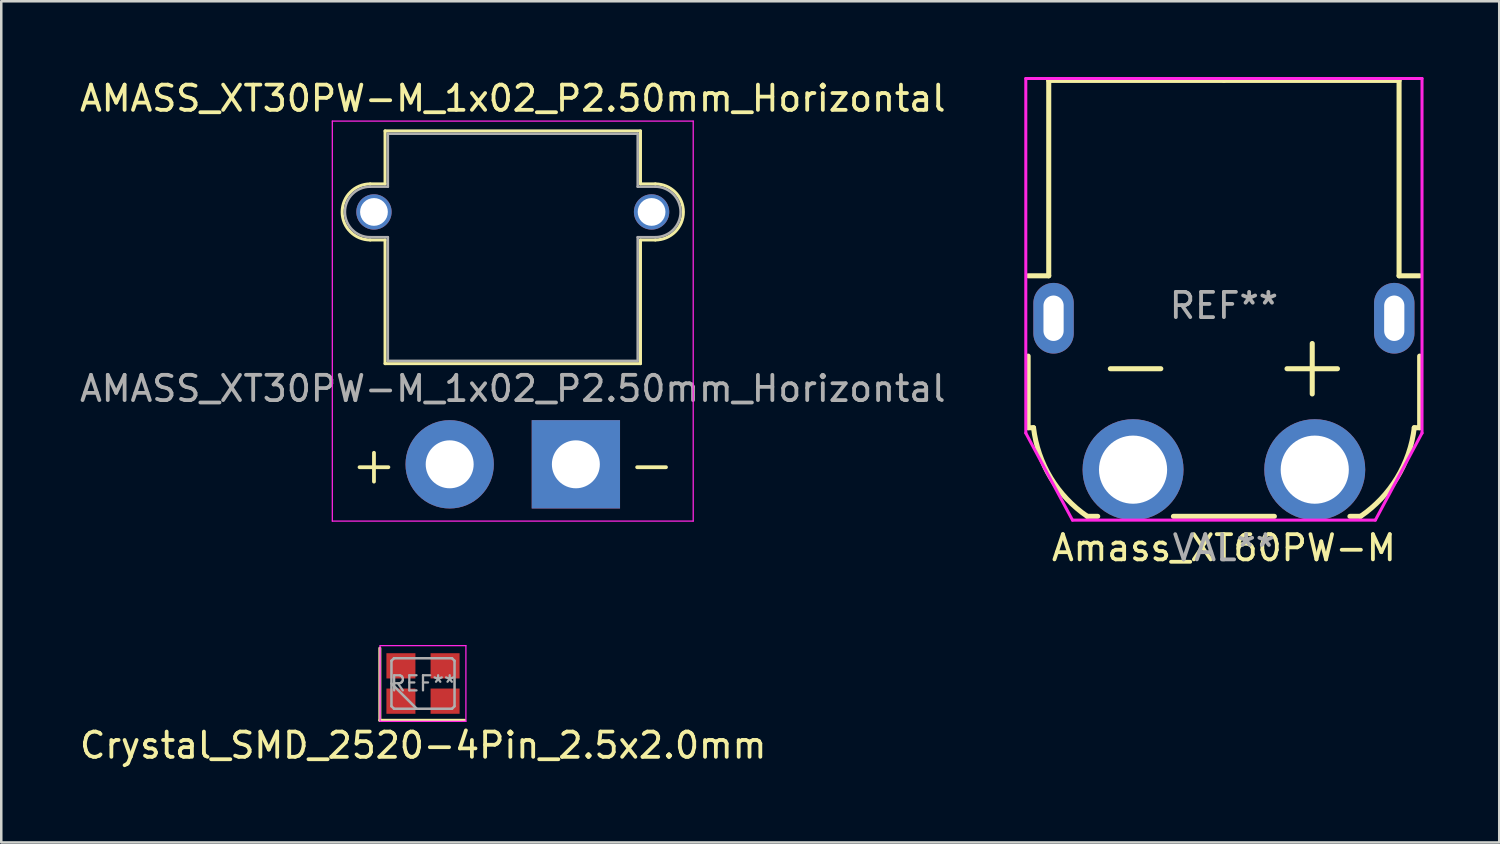
<source format=kicad_pcb>
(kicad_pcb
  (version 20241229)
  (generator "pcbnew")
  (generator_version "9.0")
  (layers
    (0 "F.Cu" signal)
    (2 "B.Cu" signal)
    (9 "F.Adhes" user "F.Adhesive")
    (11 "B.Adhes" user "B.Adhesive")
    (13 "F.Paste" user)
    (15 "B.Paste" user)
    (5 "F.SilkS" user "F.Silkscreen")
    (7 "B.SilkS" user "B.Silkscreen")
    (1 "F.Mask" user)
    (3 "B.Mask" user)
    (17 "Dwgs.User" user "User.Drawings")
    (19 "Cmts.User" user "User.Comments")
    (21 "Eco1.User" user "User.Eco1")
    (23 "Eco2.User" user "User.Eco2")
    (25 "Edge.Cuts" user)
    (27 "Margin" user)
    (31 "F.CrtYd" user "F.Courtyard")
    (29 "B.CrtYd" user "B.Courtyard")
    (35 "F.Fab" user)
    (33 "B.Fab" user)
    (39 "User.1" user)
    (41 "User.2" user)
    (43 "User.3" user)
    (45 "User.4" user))
  (footprint "Crystal_SMD_2520-4Pin_2.5x2.0mm"
    (layer "F.Cu")
    (at 13.711 24.033)
    (property "Reference" "Crystal_SMD_2520-4Pin_2.5x2.0mm" (at 0.009 2.45 0) (layer "F.SilkS") (effects (font (size 1 1) (thickness 0.15))))
    (attr smd)
    (fp_line (start -1.71 -1.4) (end -1.71 1.46) (stroke (width 0.12) (type solid)) (layer "F.SilkS"))
    (fp_line (start -1.71 1.46) (end 1.65 1.46) (stroke (width 0.12) (type solid)) (layer "F.SilkS"))
    (fp_line (start -1.7 -1.5) (end -1.7 1.5) (stroke (width 0.05) (type solid)) (layer "F.CrtYd"))
    (fp_line (start -1.7 1.5) (end 1.7 1.5) (stroke (width 0.05) (type solid)) (layer "F.CrtYd"))
    (fp_line (start 1.7 -1.5) (end -1.7 -1.5) (stroke (width 0.05) (type solid)) (layer "F.CrtYd"))
    (fp_line (start 1.7 1.5) (end 1.7 -1.5) (stroke (width 0.05) (type solid)) (layer "F.CrtYd"))
    (fp_line (start -1.25 -0.9) (end -1.15 -1) (stroke (width 0.1) (type solid)) (layer "F.Fab"))
    (fp_line (start -1.25 0) (end -0.25 1) (stroke (width 0.1) (type solid)) (layer "F.Fab"))
    (fp_line (start -1.25 0.9) (end -1.25 -0.9) (stroke (width 0.1) (type solid)) (layer "F.Fab"))
    (fp_line (start -1.15 -1) (end 1.15 -1) (stroke (width 0.1) (type solid)) (layer "F.Fab"))
    (fp_line (start -1.15 1) (end -1.25 0.9) (stroke (width 0.1) (type solid)) (layer "F.Fab"))
    (fp_line (start 1.15 -1) (end 1.25 -0.9) (stroke (width 0.1) (type solid)) (layer "F.Fab"))
    (fp_line (start 1.15 1) (end -1.15 1) (stroke (width 0.1) (type solid)) (layer "F.Fab"))
    (fp_line (start 1.25 -0.9) (end 1.25 0.9) (stroke (width 0.1) (type solid)) (layer "F.Fab"))
    (fp_line (start 1.25 0.9) (end 1.15 1) (stroke (width 0.1) (type solid)) (layer "F.Fab"))
    (fp_text user "REF**" (at 0 0 180) (layer "F.Fab") (effects (font (size 0.6 0.6) (thickness 0.09))))
    (pad "1" smd rect (at -0.875 0.7) (size 1.15 1) (layers "F.Cu" "F.Mask" "F.Paste"))
    (pad "2" smd rect (at 0.875 0.7) (size 1.15 1) (layers "F.Cu" "F.Mask" "F.Paste"))
    (pad "3" smd rect (at 0.875 -0.7) (size 1.15 1) (layers "F.Cu" "F.Mask" "F.Paste"))
    (pad "4" smd rect (at -0.875 -0.7) (size 1.15 1) (layers "F.Cu" "F.Mask" "F.Paste")))
  (footprint "Amass_XT60PW-M"
    (layer "F.Cu")
    (at 45.446 15.56)
    (property "Reference" "Amass_XT60PW-M" (at 0 3.1 0) (layer "F.SilkS") (effects (font (size 1 1) (thickness 0.15))))
    (fp_line (start -7.757 -4.5) (end -7.757 -1.662) (stroke (width 0.2) (type solid)) (layer "F.SilkS"))
    (fp_line (start -7.757 -1.662) (end -7.543 -1.662) (stroke (width 0.2) (type solid)) (layer "F.SilkS"))
    (fp_line (start -6.941 -15.424) (end -6.941 -7.682) (stroke (width 0.2) (type solid)) (layer "F.SilkS"))
    (fp_line (start -6.941 -15.424) (end 0 -15.424) (stroke (width 0.2) (type solid)) (layer "F.SilkS"))
    (fp_line (start -6.941 -7.682) (end -7.757 -7.682) (stroke (width 0.2) (type solid)) (layer "F.SilkS"))
    (fp_line (start -5.413 1.85) (end -5 1.85) (stroke (width 0.2) (type solid)) (layer "F.SilkS"))
    (fp_line (start -4.5 -4) (end -2.5 -4) (stroke (width 0.2) (type solid)) (layer "F.SilkS"))
    (fp_line (start 2 1.85) (end -2 1.85) (stroke (width 0.2) (type solid)) (layer "F.SilkS"))
    (fp_line (start 2.5 -4) (end 4.5 -4) (stroke (width 0.2) (type solid)) (layer "F.SilkS"))
    (fp_line (start 3.5 -5) (end 3.5 -3) (stroke (width 0.2) (type solid)) (layer "F.SilkS"))
    (fp_line (start 4.993 1.85) (end 5.407 1.85) (stroke (width 0.2) (type solid)) (layer "F.SilkS"))
    (fp_line (start 6.941 -15.424) (end 0 -15.424) (stroke (width 0.2) (type solid)) (layer "F.SilkS"))
    (fp_line (start 6.941 -15.424) (end 6.941 -7.682) (stroke (width 0.2) (type solid)) (layer "F.SilkS"))
    (fp_line (start 6.941 -7.682) (end 7.757 -7.682) (stroke (width 0.2) (type solid)) (layer "F.SilkS"))
    (fp_line (start 7.757 -4.5) (end 7.757 -1.662) (stroke (width 0.2) (type solid)) (layer "F.SilkS"))
    (fp_line (start 7.757 -1.662) (end 7.543 -1.662) (stroke (width 0.2) (type solid)) (layer "F.SilkS"))
    (fp_arc (start -5.413054 1.85) (mid -6.858863 0.324953) (end -7.543269 -1.661935) (stroke (width 0.2) (type solid)) (layer "F.SilkS"))
    (fp_arc (start 7.543269 -1.661935) (mid 6.858863 0.324952) (end 5.413054 1.85) (stroke (width 0.2) (type solid)) (layer "F.SilkS"))
    (fp_line (start -7.85 -15.5) (end 7.85 -15.5) (stroke (width 0.12) (type solid)) (layer "F.CrtYd"))
    (fp_line (start -7.85 -1.45) (end -7.85 -15.5) (stroke (width 0.12) (type solid)) (layer "F.CrtYd"))
    (fp_line (start -6 2) (end -7.85 -1.45) (stroke (width 0.12) (type solid)) (layer "F.CrtYd"))
    (fp_line (start 6 2) (end -6 2) (stroke (width 0.12) (type solid)) (layer "F.CrtYd"))
    (fp_line (start 7.85 -15.5) (end 7.85 -1.45) (stroke (width 0.12) (type solid)) (layer "F.CrtYd"))
    (fp_line (start 7.85 -1.45) (end 6 2) (stroke (width 0.12) (type solid)) (layer "F.CrtYd"))
    (fp_text user "VAL**" (at 0 3.1 0) (unlocked yes) (layer "F.Fab") (effects (font (size 1 1) (thickness 0.15))))
    (fp_text user "REF**" (at 0 -6.5 0) (unlocked yes) (layer "F.Fab") (effects (font (size 1 1) (thickness 0.15))))
    (pad "" thru_hole oval (at -6.75 -6) (size 1.6 2.8) (drill oval 0.8 1.8) (layers "*.Cu" "*.Mask"))
    (pad "" thru_hole oval (at 6.75 -6) (size 1.6 2.8) (drill oval 0.8 1.8) (layers "*.Cu" "*.Mask"))
    (pad "1" thru_hole circle (at -3.6 0) (size 4 4) (drill 2.7) (layers "*.Cu" "*.Mask"))
    (pad "2" thru_hole circle (at 3.6 0) (size 4 4) (drill 2.7) (layers "*.Cu" "*.Mask")))
  (footprint "AMASS_XT30PW-M_1x02_P2.50mm_Horizontal"
    (layer "F.Cu")
    (at 19.768 15.348)
    (property "Reference" "AMASS_XT30PW-M_1x02_P2.50mm_Horizontal" (at -2.5 -14.5 0) (layer "F.SilkS") (effects (font (size 1 1) (thickness 0.15))))
    (attr through_hole)
    (fp_line (start -8.15 -11.11) (end -7.56 -11.11) (stroke (width 0.12) (type solid)) (layer "F.SilkS"))
    (fp_line (start -8.15 -8.89) (end -7.56 -8.89) (stroke (width 0.12) (type solid)) (layer "F.SilkS"))
    (fp_line (start -7.56 -13.21) (end -7.56 -11.11) (stroke (width 0.12) (type solid)) (layer "F.SilkS"))
    (fp_line (start -7.56 -13.21) (end 2.56 -13.21) (stroke (width 0.12) (type solid)) (layer "F.SilkS"))
    (fp_line (start -7.56 -8.89) (end -7.56 -3.99) (stroke (width 0.12) (type solid)) (layer "F.SilkS"))
    (fp_line (start -7.56 -3.99) (end 2.56 -3.99) (stroke (width 0.12) (type solid)) (layer "F.SilkS"))
    (fp_line (start 2.56 -13.21) (end 2.56 -11.11) (stroke (width 0.12) (type solid)) (layer "F.SilkS"))
    (fp_line (start 2.56 -11.11) (end 3.15 -11.11) (stroke (width 0.12) (type solid)) (layer "F.SilkS"))
    (fp_line (start 2.56 -8.89) (end 2.56 -3.99) (stroke (width 0.12) (type solid)) (layer "F.SilkS"))
    (fp_line (start 2.56 -8.89) (end 3.15 -8.89) (stroke (width 0.12) (type solid)) (layer "F.SilkS"))
    (fp_arc (start -8.15 -8.89) (mid -9.26 -10) (end -8.15 -11.11) (stroke (width 0.12) (type solid)) (layer "F.SilkS"))
    (fp_arc (start 3.15 -11.11) (mid 4.26 -10) (end 3.15 -8.89) (stroke (width 0.12) (type solid)) (layer "F.SilkS"))
    (fp_line (start -9.65 -13.6) (end -9.65 2.25) (stroke (width 0.05) (type solid)) (layer "F.CrtYd"))
    (fp_line (start -9.65 -13.6) (end 4.65 -13.6) (stroke (width 0.05) (type solid)) (layer "F.CrtYd"))
    (fp_line (start -9.65 2.25) (end 4.65 2.25) (stroke (width 0.05) (type solid)) (layer "F.CrtYd"))
    (fp_line (start 4.65 -13.6) (end 4.65 2.25) (stroke (width 0.05) (type solid)) (layer "F.CrtYd"))
    (fp_line (start -8.15 -11) (end -7.45 -11) (stroke (width 0.1) (type solid)) (layer "F.Fab"))
    (fp_line (start -8.15 -9) (end -7.45 -9) (stroke (width 0.1) (type solid)) (layer "F.Fab"))
    (fp_line (start -7.45 -13.1) (end -7.45 -11) (stroke (width 0.1) (type solid)) (layer "F.Fab"))
    (fp_line (start -7.45 -13.1) (end 2.45 -13.1) (stroke (width 0.1) (type solid)) (layer "F.Fab"))
    (fp_line (start -7.45 -9) (end -7.45 -4.1) (stroke (width 0.1) (type solid)) (layer "F.Fab"))
    (fp_line (start -7.45 -4.1) (end 2.45 -4.1) (stroke (width 0.1) (type solid)) (layer "F.Fab"))
    (fp_line (start 2.45 -13.1) (end 2.45 -11) (stroke (width 0.1) (type solid)) (layer "F.Fab"))
    (fp_line (start 2.45 -11) (end 3.15 -11) (stroke (width 0.1) (type solid)) (layer "F.Fab"))
    (fp_line (start 2.45 -9) (end 2.45 -4.1) (stroke (width 0.1) (type solid)) (layer "F.Fab"))
    (fp_line (start 2.45 -9) (end 3.15 -9) (stroke (width 0.1) (type solid)) (layer "F.Fab"))
    (fp_arc (start -8.15 -9) (mid -9.15 -10) (end -8.15 -11) (stroke (width 0.1) (type solid)) (layer "F.Fab"))
    (fp_arc (start 3.15 -11) (mid 4.15 -10) (end 3.15 -9) (stroke (width 0.1) (type solid)) (layer "F.Fab"))
    (fp_text user "-" (at 3 0 0) (layer "F.SilkS") (effects (font (size 1.5 1.5) (thickness 0.15))))
    (fp_text user "+" (at -8 0 0) (layer "F.SilkS") (effects (font (size 1.5 1.5) (thickness 0.15))))
    (fp_text user "${REFERENCE}" (at -2.5 -3 0) (layer "F.Fab") (effects (font (size 1 1) (thickness 0.15))))
    (pad "" thru_hole circle (at -8 -10) (size 1.4 1.4) (drill 1.1) (layers "*.Cu" "*.Mask"))
    (pad "" thru_hole circle (at 3 -10) (size 1.4 1.4) (drill 1.1) (layers "*.Cu" "*.Mask"))
    (pad "1" thru_hole rect (at 0 0) (size 3.5 3.5) (drill 1.9) (layers "*.Cu" "*.Mask"))
    (pad "2" thru_hole circle (at -5 0) (size 3.5 3.5) (drill 1.9) (layers "*.Cu" "*.Mask")))
  (gr_rect
    (start -3 -3)
    (end 56.356 30.332)
    (stroke (width 0.1) (type default))
    (fill no)
    (layer "Edge.Cuts")))
</source>
